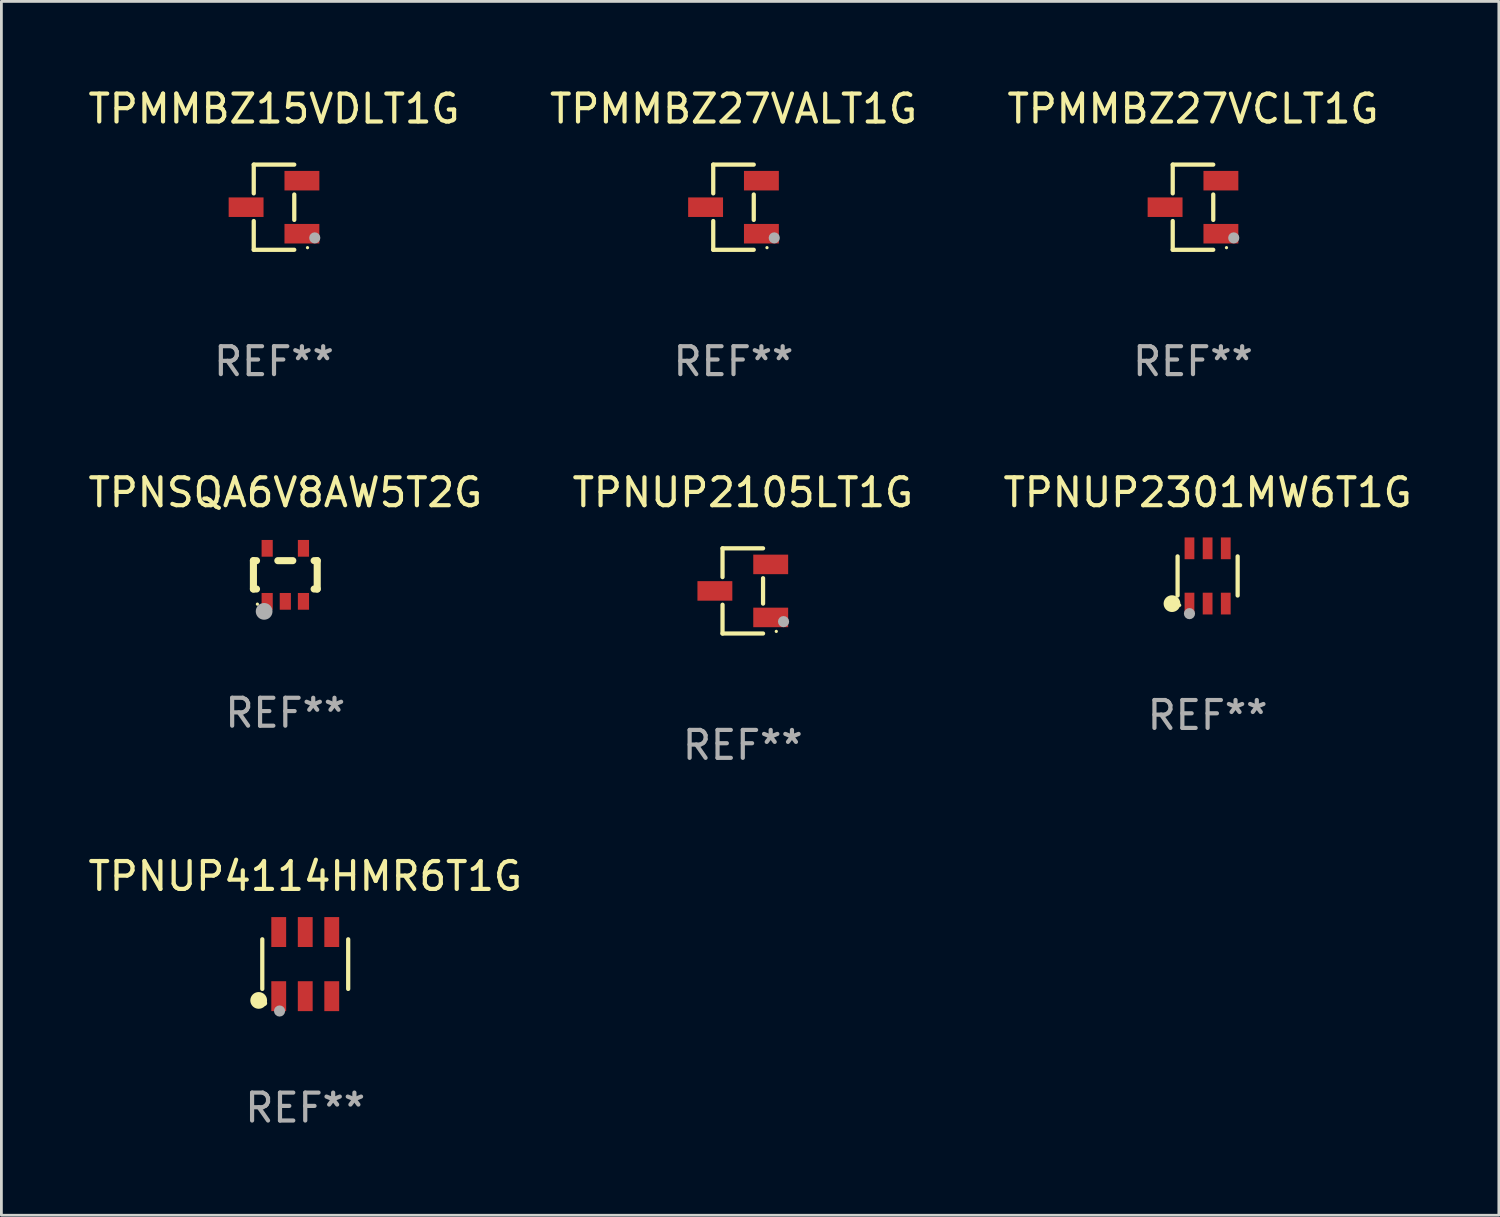
<source format=kicad_pcb>
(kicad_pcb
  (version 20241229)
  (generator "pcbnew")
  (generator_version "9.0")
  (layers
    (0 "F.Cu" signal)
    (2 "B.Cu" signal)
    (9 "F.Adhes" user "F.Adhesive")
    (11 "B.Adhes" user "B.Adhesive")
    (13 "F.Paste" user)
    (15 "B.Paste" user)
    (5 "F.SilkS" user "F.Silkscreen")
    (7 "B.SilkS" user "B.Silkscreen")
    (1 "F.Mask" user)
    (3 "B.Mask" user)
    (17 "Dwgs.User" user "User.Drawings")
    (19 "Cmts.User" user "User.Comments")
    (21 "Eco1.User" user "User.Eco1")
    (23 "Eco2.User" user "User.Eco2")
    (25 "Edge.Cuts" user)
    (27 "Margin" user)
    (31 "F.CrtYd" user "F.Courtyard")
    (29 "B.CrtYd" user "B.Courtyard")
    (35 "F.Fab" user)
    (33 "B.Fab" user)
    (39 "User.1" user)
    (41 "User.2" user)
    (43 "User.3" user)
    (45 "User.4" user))
  (footprint "TPMMBZ27VCLT1G"
    (layer "F.Cu")
    (at 39.696 4.374)
    (property "Reference" "TPMMBZ27VCLT1G" (at 0 -3.526 0) (layer "F.SilkS") (effects (font (size 1 1) (thickness 0.15))))
    (attr through_hole)
    (fp_line (start -0.726 -1.526) (end -0.726 -0.495) (stroke (width 0.152) (type solid)) (layer "F.SilkS"))
    (fp_line (start -0.726 1.526) (end -0.726 0.495) (stroke (width 0.152) (type solid)) (layer "F.SilkS"))
    (fp_line (start 0.726 -1.526) (end -0.726 -1.526) (stroke (width 0.152) (type solid)) (layer "F.SilkS"))
    (fp_line (start 0.726 -0.455) (end 0.726 0.455) (stroke (width 0.152) (type solid)) (layer "F.SilkS"))
    (fp_line (start 0.726 1.526) (end -0.726 1.526) (stroke (width 0.152) (type solid)) (layer "F.SilkS"))
    (fp_circle (center 1.2 1.45) (end 1.23 1.45) (stroke (width 0.06) (type solid)) (fill no) (layer "F.SilkS"))
    (fp_circle (center 1.46 1.1) (end 1.56 1.1) (stroke (width 0.2) (type solid)) (fill no) (layer "F.Fab"))
    (fp_text user "REF**" (at 0 5.526 0) (layer "F.Fab") (effects (font (size 1 1) (thickness 0.15))))
    (pad "1" smd rect (at 1 0.95) (size 1.25 0.7) (layers "F.Cu" "F.Mask" "F.Paste"))
    (pad "2" smd rect (at 1 -0.95) (size 1.25 0.7) (layers "F.Cu" "F.Mask" "F.Paste"))
    (pad "3" smd rect (at -1 0) (size 1.25 0.7) (layers "F.Cu" "F.Mask" "F.Paste")))
  (footprint "TPNUP2105LT1G"
    (layer "F.Cu")
    (at 23.565 18.123)
    (property "Reference" "TPNUP2105LT1G" (at 0 -3.526 0) (layer "F.SilkS") (effects (font (size 1 1) (thickness 0.15))))
    (attr through_hole)
    (fp_line (start -0.726 -1.526) (end -0.726 -0.495) (stroke (width 0.152) (type solid)) (layer "F.SilkS"))
    (fp_line (start -0.726 1.526) (end -0.726 0.495) (stroke (width 0.152) (type solid)) (layer "F.SilkS"))
    (fp_line (start 0.726 -1.526) (end -0.726 -1.526) (stroke (width 0.152) (type solid)) (layer "F.SilkS"))
    (fp_line (start 0.726 -0.455) (end 0.726 0.455) (stroke (width 0.152) (type solid)) (layer "F.SilkS"))
    (fp_line (start 0.726 1.526) (end -0.726 1.526) (stroke (width 0.152) (type solid)) (layer "F.SilkS"))
    (fp_circle (center 1.2 1.45) (end 1.23 1.45) (stroke (width 0.06) (type solid)) (fill no) (layer "F.SilkS"))
    (fp_circle (center 1.46 1.1) (end 1.56 1.1) (stroke (width 0.2) (type solid)) (fill no) (layer "F.Fab"))
    (fp_text user "REF**" (at 0 5.526 0) (layer "F.Fab") (effects (font (size 1 1) (thickness 0.15))))
    (pad "1" smd rect (at 1 0.95) (size 1.25 0.7) (layers "F.Cu" "F.Mask" "F.Paste"))
    (pad "2" smd rect (at 1 -0.95) (size 1.25 0.7) (layers "F.Cu" "F.Mask" "F.Paste"))
    (pad "3" smd rect (at -1 0) (size 1.25 0.7) (layers "F.Cu" "F.Mask" "F.Paste")))
  (footprint "TPNSQA6V8AW5T2G"
    (layer "F.Cu")
    (at 7.173 17.547)
    (property "Reference" "TPNSQA6V8AW5T2G" (at 0 -2.95 0) (layer "F.SilkS") (effects (font (size 1 1) (thickness 0.15))))
    (attr through_hole)
    (fp_line (start -1.143 -0.508) (end -1.032 -0.508) (stroke (width 0.254) (type solid)) (layer "F.SilkS"))
    (fp_line (start -1.143 0.508) (end -1.143 -0.508) (stroke (width 0.254) (type solid)) (layer "F.SilkS"))
    (fp_line (start -1.032 0.508) (end -1.143 0.508) (stroke (width 0.254) (type solid)) (layer "F.SilkS"))
    (fp_line (start -0.268 -0.508) (end 0.268 -0.508) (stroke (width 0.254) (type solid)) (layer "F.SilkS"))
    (fp_line (start 1.032 -0.508) (end 1.143 -0.508) (stroke (width 0.254) (type solid)) (layer "F.SilkS"))
    (fp_line (start 1.143 -0.508) (end 1.143 0.508) (stroke (width 0.254) (type solid)) (layer "F.SilkS"))
    (fp_line (start 1.143 0.508) (end 1.032 0.508) (stroke (width 0.254) (type solid)) (layer "F.SilkS"))
    (fp_circle (center -1 1.05) (end -0.97 1.05) (stroke (width 0.06) (type solid)) (fill no) (layer "F.SilkS"))
    (fp_circle (center -0.759 1.309) (end -0.609 1.309) (stroke (width 0.3) (type solid)) (fill no) (layer "F.Fab"))
    (fp_text user "REF**" (at 0 4.95 0) (layer "F.Fab") (effects (font (size 1 1) (thickness 0.15))))
    (pad "1" smd rect (at -0.65 0.95 180) (size 0.4 0.6) (layers "F.Cu" "F.Mask" "F.Paste"))
    (pad "2" smd rect (at 0 0.95 180) (size 0.4 0.6) (layers "F.Cu" "F.Mask" "F.Paste"))
    (pad "3" smd rect (at 0.65 0.95 180) (size 0.4 0.6) (layers "F.Cu" "F.Mask" "F.Paste"))
    (pad "4" smd rect (at 0.65 -0.95 180) (size 0.4 0.6) (layers "F.Cu" "F.Mask" "F.Paste"))
    (pad "5" smd rect (at -0.65 -0.95 180) (size 0.4 0.6) (layers "F.Cu" "F.Mask" "F.Paste")))
  (footprint "TPMMBZ15VDLT1G"
    (layer "F.Cu")
    (at 6.768 4.374)
    (property "Reference" "TPMMBZ15VDLT1G" (at 0 -3.526 0) (layer "F.SilkS") (effects (font (size 1 1) (thickness 0.15))))
    (attr through_hole)
    (fp_line (start -0.726 -1.526) (end -0.726 -0.495) (stroke (width 0.152) (type solid)) (layer "F.SilkS"))
    (fp_line (start -0.726 1.526) (end -0.726 0.495) (stroke (width 0.152) (type solid)) (layer "F.SilkS"))
    (fp_line (start 0.726 -1.526) (end -0.726 -1.526) (stroke (width 0.152) (type solid)) (layer "F.SilkS"))
    (fp_line (start 0.726 -0.455) (end 0.726 0.455) (stroke (width 0.152) (type solid)) (layer "F.SilkS"))
    (fp_line (start 0.726 1.526) (end -0.726 1.526) (stroke (width 0.152) (type solid)) (layer "F.SilkS"))
    (fp_circle (center 1.2 1.45) (end 1.23 1.45) (stroke (width 0.06) (type solid)) (fill no) (layer "F.SilkS"))
    (fp_circle (center 1.46 1.1) (end 1.56 1.1) (stroke (width 0.2) (type solid)) (fill no) (layer "F.Fab"))
    (fp_text user "REF**" (at 0 5.526 0) (layer "F.Fab") (effects (font (size 1 1) (thickness 0.15))))
    (pad "1" smd rect (at 1 0.95) (size 1.25 0.7) (layers "F.Cu" "F.Mask" "F.Paste"))
    (pad "2" smd rect (at 1 -0.95) (size 1.25 0.7) (layers "F.Cu" "F.Mask" "F.Paste"))
    (pad "3" smd rect (at -1 0) (size 1.25 0.7) (layers "F.Cu" "F.Mask" "F.Paste")))
  (footprint "TPNUP4114HMR6T1G"
    (layer "F.Cu")
    (at 7.887 31.495)
    (property "Reference" "TPNUP4114HMR6T1G" (at 0 -3.149 0) (layer "F.SilkS") (effects (font (size 1 1) (thickness 0.15))))
    (attr through_hole)
    (fp_line (start -1.539 0.889) (end -1.539 -0.889) (stroke (width 0.152) (type solid)) (layer "F.SilkS"))
    (fp_line (start 1.539 0.889) (end 1.539 -0.889) (stroke (width 0.152) (type solid)) (layer "F.SilkS"))
    (fp_circle (center -1.668 1.301) (end -1.518 1.301) (stroke (width 0.3) (type solid)) (fill no) (layer "F.SilkS"))
    (fp_circle (center -1.463 1.4) (end -1.413 1.4) (stroke (width 0.1) (type solid)) (fill no) (layer "F.SilkS"))
    (fp_circle (center -0.92 1.68) (end -0.82 1.68) (stroke (width 0.2) (type solid)) (fill no) (layer "F.Fab"))
    (fp_text user "REF**" (at 0 5.149 0) (layer "F.Fab") (effects (font (size 1 1) (thickness 0.15))))
    (pad "1" smd rect (at -0.95 1.149) (size 0.532 1.072) (layers "F.Cu" "F.Mask" "F.Paste"))
    (pad "2" smd rect (at 0 1.149) (size 0.532 1.072) (layers "F.Cu" "F.Mask" "F.Paste"))
    (pad "3" smd rect (at 0.95 1.149) (size 0.532 1.072) (layers "F.Cu" "F.Mask" "F.Paste"))
    (pad "4" smd rect (at 0.95 -1.149) (size 0.532 1.072) (layers "F.Cu" "F.Mask" "F.Paste"))
    (pad "5" smd rect (at 0 -1.149) (size 0.532 1.072) (layers "F.Cu" "F.Mask" "F.Paste"))
    (pad "6" smd rect (at -0.95 -1.149) (size 0.532 1.072) (layers "F.Cu" "F.Mask" "F.Paste")))
  (footprint "TPNUP2301MW6T1G"
    (layer "F.Cu")
    (at 40.22 17.587)
    (property "Reference" "TPNUP2301MW6T1G" (at 0 -2.99 0) (layer "F.SilkS") (effects (font (size 1 1) (thickness 0.15))))
    (attr through_hole)
    (fp_line (start -1.076 0.701) (end -1.076 -0.701) (stroke (width 0.152) (type solid)) (layer "F.SilkS"))
    (fp_line (start 1.076 0.701) (end 1.076 -0.701) (stroke (width 0.152) (type solid)) (layer "F.SilkS"))
    (fp_circle (center -1.277 0.992) (end -1.127 0.992) (stroke (width 0.3) (type solid)) (fill no) (layer "F.SilkS"))
    (fp_circle (center -1 1.05) (end -0.97 1.05) (stroke (width 0.06) (type solid)) (fill no) (layer "F.SilkS"))
    (fp_circle (center -0.65 1.35) (end -0.55 1.35) (stroke (width 0.2) (type solid)) (fill no) (layer "F.Fab"))
    (fp_text user "REF**" (at 0 4.99 0) (layer "F.Fab") (effects (font (size 1 1) (thickness 0.15))))
    (pad "1" smd rect (at -0.65 0.99) (size 0.35 0.78) (layers "F.Cu" "F.Mask" "F.Paste"))
    (pad "2" smd rect (at 0 0.99) (size 0.35 0.78) (layers "F.Cu" "F.Mask" "F.Paste"))
    (pad "3" smd rect (at 0.65 0.99) (size 0.35 0.78) (layers "F.Cu" "F.Mask" "F.Paste"))
    (pad "4" smd rect (at 0.65 -0.99) (size 0.35 0.78) (layers "F.Cu" "F.Mask" "F.Paste"))
    (pad "5" smd rect (at 0 -0.99) (size 0.35 0.78) (layers "F.Cu" "F.Mask" "F.Paste"))
    (pad "6" smd rect (at -0.65 -0.99) (size 0.35 0.78) (layers "F.Cu" "F.Mask" "F.Paste")))
  (footprint "TPMMBZ27VALT1G"
    (layer "F.Cu")
    (at 23.232 4.374)
    (property "Reference" "TPMMBZ27VALT1G" (at 0 -3.526 0) (layer "F.SilkS") (effects (font (size 1 1) (thickness 0.15))))
    (attr through_hole)
    (fp_line (start -0.726 -1.526) (end -0.726 -0.495) (stroke (width 0.152) (type solid)) (layer "F.SilkS"))
    (fp_line (start -0.726 1.526) (end -0.726 0.495) (stroke (width 0.152) (type solid)) (layer "F.SilkS"))
    (fp_line (start 0.726 -1.526) (end -0.726 -1.526) (stroke (width 0.152) (type solid)) (layer "F.SilkS"))
    (fp_line (start 0.726 -0.455) (end 0.726 0.455) (stroke (width 0.152) (type solid)) (layer "F.SilkS"))
    (fp_line (start 0.726 1.526) (end -0.726 1.526) (stroke (width 0.152) (type solid)) (layer "F.SilkS"))
    (fp_circle (center 1.2 1.45) (end 1.23 1.45) (stroke (width 0.06) (type solid)) (fill no) (layer "F.SilkS"))
    (fp_circle (center 1.46 1.1) (end 1.56 1.1) (stroke (width 0.2) (type solid)) (fill no) (layer "F.Fab"))
    (fp_text user "REF**" (at 0 5.526 0) (layer "F.Fab") (effects (font (size 1 1) (thickness 0.15))))
    (pad "1" smd rect (at 1 0.95) (size 1.25 0.7) (layers "F.Cu" "F.Mask" "F.Paste"))
    (pad "2" smd rect (at 1 -0.95) (size 1.25 0.7) (layers "F.Cu" "F.Mask" "F.Paste"))
    (pad "3" smd rect (at -1 0) (size 1.25 0.7) (layers "F.Cu" "F.Mask" "F.Paste")))
  (gr_rect
    (start -3 -3)
    (end 50.655 40.493)
    (stroke (width 0.1) (type default))
    (fill no)
    (layer "Edge.Cuts")))
</source>
